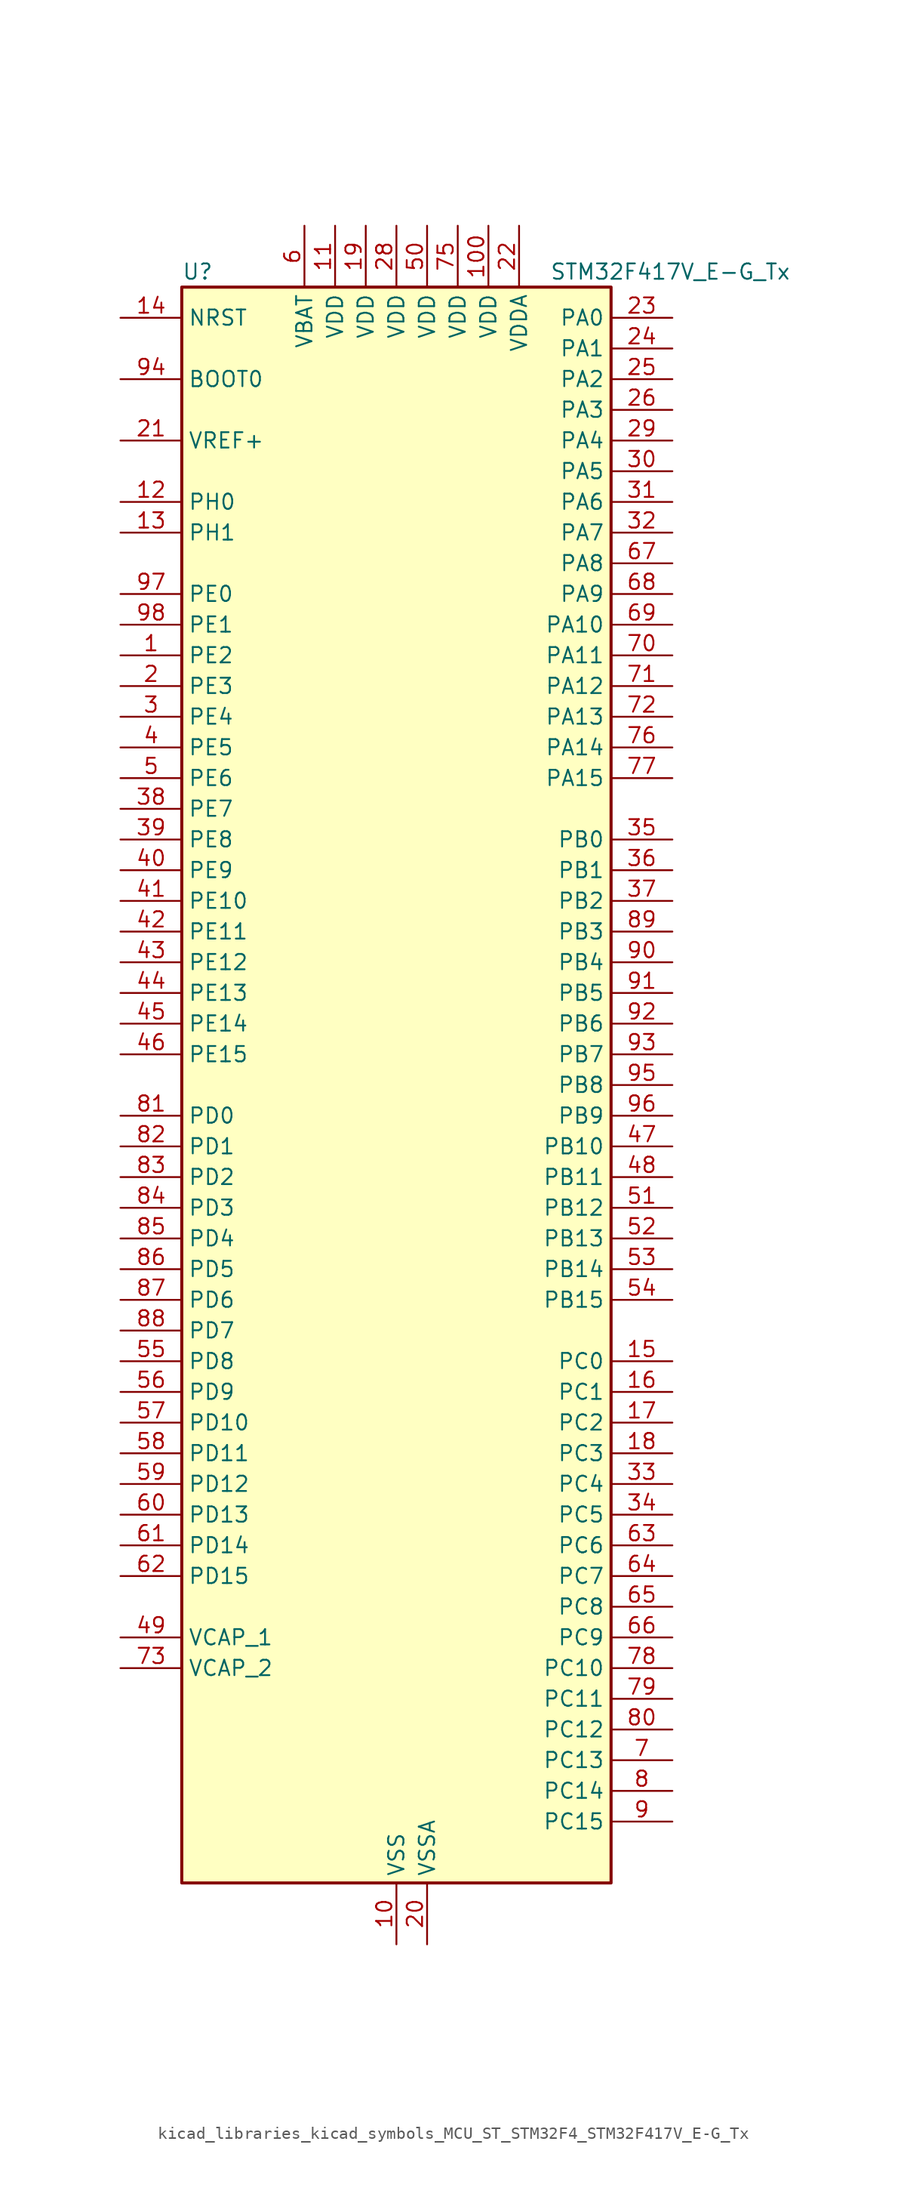
<source format=kicad_sym>
(kicad_symbol_lib
  (version 20220914)
  (generator kicad_symbol_editor)
  (symbol "kicad_libraries_kicad_symbols_MCU_ST_STM32F4_STM32F417V_E-G_Tx"
    (property "Reference" "U"
      (at -17.78 67.31 0)
      (effects (font (size 1.27 1.27)) (justify left)))
    (property "Value" "STM32F417V_E-G_Tx"
      (at 12.7 67.31 0)
      (effects (font (size 1.27 1.27)) (justify left)))
    (property "ki_locked" ""
      (at 0 0 0)
      (effects (font (size 1.27 1.27))))
    (symbol "kicad_libraries_kicad_symbols_MCU_ST_STM32F4_STM32F417V_E-G_Tx_0_1"
      (rectangle (start -17.78 -66.04) (end 17.78 66.04) (stroke (width 0.254) (type default)) (fill (type background))))
    (symbol "kicad_libraries_kicad_symbols_MCU_ST_STM32F4_STM32F417V_E-G_Tx_1_1"
      (pin bidirectional line (at -22.86 35.56 0) (length 5.08) (name "PE2" (effects (font (size 1.27 1.27)))) (number "1" (effects (font (size 1.27 1.27)))) (alternate "ETH_TXD3" bidirectional line) (alternate "FSMC_A23" bidirectional line) (alternate "SYS_TRACECLK" bidirectional line))
      (pin power_in line (at 0 -71.12 90) (length 5.08) (name "VSS" (effects (font (size 1.27 1.27)))) (number "10" (effects (font (size 1.27 1.27)))))
      (pin power_in line (at 7.62 71.12 270) (length 5.08) (name "VDD" (effects (font (size 1.27 1.27)))) (number "100" (effects (font (size 1.27 1.27)))))
      (pin power_in line (at -5.08 71.12 270) (length 5.08) (name "VDD" (effects (font (size 1.27 1.27)))) (number "11" (effects (font (size 1.27 1.27)))))
      (pin bidirectional line (at -22.86 48.26 0) (length 5.08) (name "PH0" (effects (font (size 1.27 1.27)))) (number "12" (effects (font (size 1.27 1.27)))) (alternate "RCC_OSC_IN" bidirectional line))
      (pin bidirectional line (at -22.86 45.72 0) (length 5.08) (name "PH1" (effects (font (size 1.27 1.27)))) (number "13" (effects (font (size 1.27 1.27)))) (alternate "RCC_OSC_OUT" bidirectional line))
      (pin input line (at -22.86 63.5 0) (length 5.08) (name "NRST" (effects (font (size 1.27 1.27)))) (number "14" (effects (font (size 1.27 1.27)))))
      (pin bidirectional line (at 22.86 -22.86 180) (length 5.08) (name "PC0" (effects (font (size 1.27 1.27)))) (number "15" (effects (font (size 1.27 1.27)))) (alternate "ADC1_IN10" bidirectional line) (alternate "ADC2_IN10" bidirectional line) (alternate "ADC3_IN10" bidirectional line) (alternate "USB_OTG_HS_ULPI_STP" bidirectional line))
      (pin bidirectional line (at 22.86 -25.4 180) (length 5.08) (name "PC1" (effects (font (size 1.27 1.27)))) (number "16" (effects (font (size 1.27 1.27)))) (alternate "ADC1_IN11" bidirectional line) (alternate "ADC2_IN11" bidirectional line) (alternate "ADC3_IN11" bidirectional line) (alternate "ETH_MDC" bidirectional line))
      (pin bidirectional line (at 22.86 -27.94 180) (length 5.08) (name "PC2" (effects (font (size 1.27 1.27)))) (number "17" (effects (font (size 1.27 1.27)))) (alternate "ADC1_IN12" bidirectional line) (alternate "ADC2_IN12" bidirectional line) (alternate "ADC3_IN12" bidirectional line) (alternate "ETH_TXD2" bidirectional line) (alternate "I2S2_ext_SD" bidirectional line) (alternate "SPI2_MISO" bidirectional line) (alternate "USB_OTG_HS_ULPI_DIR" bidirectional line))
      (pin bidirectional line (at 22.86 -30.48 180) (length 5.08) (name "PC3" (effects (font (size 1.27 1.27)))) (number "18" (effects (font (size 1.27 1.27)))) (alternate "ADC1_IN13" bidirectional line) (alternate "ADC2_IN13" bidirectional line) (alternate "ADC3_IN13" bidirectional line) (alternate "ETH_TX_CLK" bidirectional line) (alternate "I2S2_SD" bidirectional line) (alternate "SPI2_MOSI" bidirectional line) (alternate "USB_OTG_HS_ULPI_NXT" bidirectional line))
      (pin power_in line (at -2.54 71.12 270) (length 5.08) (name "VDD" (effects (font (size 1.27 1.27)))) (number "19" (effects (font (size 1.27 1.27)))))
      (pin bidirectional line (at -22.86 33.02 0) (length 5.08) (name "PE3" (effects (font (size 1.27 1.27)))) (number "2" (effects (font (size 1.27 1.27)))) (alternate "FSMC_A19" bidirectional line) (alternate "SYS_TRACED0" bidirectional line))
      (pin power_in line (at 2.54 -71.12 90) (length 5.08) (name "VSSA" (effects (font (size 1.27 1.27)))) (number "20" (effects (font (size 1.27 1.27)))))
      (pin input line (at -22.86 53.34 0) (length 5.08) (name "VREF+" (effects (font (size 1.27 1.27)))) (number "21" (effects (font (size 1.27 1.27)))))
      (pin power_in line (at 10.16 71.12 270) (length 5.08) (name "VDDA" (effects (font (size 1.27 1.27)))) (number "22" (effects (font (size 1.27 1.27)))))
      (pin bidirectional line (at 22.86 63.5 180) (length 5.08) (name "PA0" (effects (font (size 1.27 1.27)))) (number "23" (effects (font (size 1.27 1.27)))) (alternate "ADC1_IN0" bidirectional line) (alternate "ADC2_IN0" bidirectional line) (alternate "ADC3_IN0" bidirectional line) (alternate "ETH_CRS" bidirectional line) (alternate "SYS_WKUP" bidirectional line) (alternate "TIM2_CH1" bidirectional line) (alternate "TIM2_ETR" bidirectional line) (alternate "TIM5_CH1" bidirectional line) (alternate "TIM8_ETR" bidirectional line) (alternate "UART4_TX" bidirectional line) (alternate "USART2_CTS" bidirectional line))
      (pin bidirectional line (at 22.86 60.96 180) (length 5.08) (name "PA1" (effects (font (size 1.27 1.27)))) (number "24" (effects (font (size 1.27 1.27)))) (alternate "ADC1_IN1" bidirectional line) (alternate "ADC2_IN1" bidirectional line) (alternate "ADC3_IN1" bidirectional line) (alternate "ETH_REF_CLK" bidirectional line) (alternate "ETH_RX_CLK" bidirectional line) (alternate "TIM2_CH2" bidirectional line) (alternate "TIM5_CH2" bidirectional line) (alternate "UART4_RX" bidirectional line) (alternate "USART2_RTS" bidirectional line))
      (pin bidirectional line (at 22.86 58.42 180) (length 5.08) (name "PA2" (effects (font (size 1.27 1.27)))) (number "25" (effects (font (size 1.27 1.27)))) (alternate "ADC1_IN2" bidirectional line) (alternate "ADC2_IN2" bidirectional line) (alternate "ADC3_IN2" bidirectional line) (alternate "ETH_MDIO" bidirectional line) (alternate "TIM2_CH3" bidirectional line) (alternate "TIM5_CH3" bidirectional line) (alternate "TIM9_CH1" bidirectional line) (alternate "USART2_TX" bidirectional line))
      (pin bidirectional line (at 22.86 55.88 180) (length 5.08) (name "PA3" (effects (font (size 1.27 1.27)))) (number "26" (effects (font (size 1.27 1.27)))) (alternate "ADC1_IN3" bidirectional line) (alternate "ADC2_IN3" bidirectional line) (alternate "ADC3_IN3" bidirectional line) (alternate "ETH_COL" bidirectional line) (alternate "TIM2_CH4" bidirectional line) (alternate "TIM5_CH4" bidirectional line) (alternate "TIM9_CH2" bidirectional line) (alternate "USART2_RX" bidirectional line) (alternate "USB_OTG_HS_ULPI_D0" bidirectional line))
      (pin passive line (at 0 -71.12 90) (length 5.08) hide (name "VSS" (effects (font (size 1.27 1.27)))) (number "27" (effects (font (size 1.27 1.27)))))
      (pin power_in line (at 0 71.12 270) (length 5.08) (name "VDD" (effects (font (size 1.27 1.27)))) (number "28" (effects (font (size 1.27 1.27)))))
      (pin bidirectional line (at 22.86 53.34 180) (length 5.08) (name "PA4" (effects (font (size 1.27 1.27)))) (number "29" (effects (font (size 1.27 1.27)))) (alternate "ADC1_IN4" bidirectional line) (alternate "ADC2_IN4" bidirectional line) (alternate "DAC_OUT1" bidirectional line) (alternate "DCMI_HSYNC" bidirectional line) (alternate "I2S3_WS" bidirectional line) (alternate "SPI1_NSS" bidirectional line) (alternate "SPI3_NSS" bidirectional line) (alternate "USART2_CK" bidirectional line) (alternate "USB_OTG_HS_SOF" bidirectional line))
      (pin bidirectional line (at -22.86 30.48 0) (length 5.08) (name "PE4" (effects (font (size 1.27 1.27)))) (number "3" (effects (font (size 1.27 1.27)))) (alternate "DCMI_D4" bidirectional line) (alternate "FSMC_A20" bidirectional line) (alternate "SYS_TRACED1" bidirectional line))
      (pin bidirectional line (at 22.86 50.8 180) (length 5.08) (name "PA5" (effects (font (size 1.27 1.27)))) (number "30" (effects (font (size 1.27 1.27)))) (alternate "ADC1_IN5" bidirectional line) (alternate "ADC2_IN5" bidirectional line) (alternate "DAC_OUT2" bidirectional line) (alternate "SPI1_SCK" bidirectional line) (alternate "TIM2_CH1" bidirectional line) (alternate "TIM2_ETR" bidirectional line) (alternate "TIM8_CH1N" bidirectional line) (alternate "USB_OTG_HS_ULPI_CK" bidirectional line))
      (pin bidirectional line (at 22.86 48.26 180) (length 5.08) (name "PA6" (effects (font (size 1.27 1.27)))) (number "31" (effects (font (size 1.27 1.27)))) (alternate "ADC1_IN6" bidirectional line) (alternate "ADC2_IN6" bidirectional line) (alternate "DCMI_PIXCLK" bidirectional line) (alternate "SPI1_MISO" bidirectional line) (alternate "TIM13_CH1" bidirectional line) (alternate "TIM1_BKIN" bidirectional line) (alternate "TIM3_CH1" bidirectional line) (alternate "TIM8_BKIN" bidirectional line))
      (pin bidirectional line (at 22.86 45.72 180) (length 5.08) (name "PA7" (effects (font (size 1.27 1.27)))) (number "32" (effects (font (size 1.27 1.27)))) (alternate "ADC1_IN7" bidirectional line) (alternate "ADC2_IN7" bidirectional line) (alternate "ETH_CRS_DV" bidirectional line) (alternate "ETH_RX_DV" bidirectional line) (alternate "SPI1_MOSI" bidirectional line) (alternate "TIM14_CH1" bidirectional line) (alternate "TIM1_CH1N" bidirectional line) (alternate "TIM3_CH2" bidirectional line) (alternate "TIM8_CH1N" bidirectional line))
      (pin bidirectional line (at 22.86 -33.02 180) (length 5.08) (name "PC4" (effects (font (size 1.27 1.27)))) (number "33" (effects (font (size 1.27 1.27)))) (alternate "ADC1_IN14" bidirectional line) (alternate "ADC2_IN14" bidirectional line) (alternate "ETH_RXD0" bidirectional line))
      (pin bidirectional line (at 22.86 -35.56 180) (length 5.08) (name "PC5" (effects (font (size 1.27 1.27)))) (number "34" (effects (font (size 1.27 1.27)))) (alternate "ADC1_IN15" bidirectional line) (alternate "ADC2_IN15" bidirectional line) (alternate "ETH_RXD1" bidirectional line))
      (pin bidirectional line (at 22.86 20.32 180) (length 5.08) (name "PB0" (effects (font (size 1.27 1.27)))) (number "35" (effects (font (size 1.27 1.27)))) (alternate "ADC1_IN8" bidirectional line) (alternate "ADC2_IN8" bidirectional line) (alternate "ETH_RXD2" bidirectional line) (alternate "TIM1_CH2N" bidirectional line) (alternate "TIM3_CH3" bidirectional line) (alternate "TIM8_CH2N" bidirectional line) (alternate "USB_OTG_HS_ULPI_D1" bidirectional line))
      (pin bidirectional line (at 22.86 17.78 180) (length 5.08) (name "PB1" (effects (font (size 1.27 1.27)))) (number "36" (effects (font (size 1.27 1.27)))) (alternate "ADC1_IN9" bidirectional line) (alternate "ADC2_IN9" bidirectional line) (alternate "ETH_RXD3" bidirectional line) (alternate "TIM1_CH3N" bidirectional line) (alternate "TIM3_CH4" bidirectional line) (alternate "TIM8_CH3N" bidirectional line) (alternate "USB_OTG_HS_ULPI_D2" bidirectional line))
      (pin bidirectional line (at 22.86 15.24 180) (length 5.08) (name "PB2" (effects (font (size 1.27 1.27)))) (number "37" (effects (font (size 1.27 1.27)))))
      (pin bidirectional line (at -22.86 22.86 0) (length 5.08) (name "PE7" (effects (font (size 1.27 1.27)))) (number "38" (effects (font (size 1.27 1.27)))) (alternate "FSMC_D4" bidirectional line) (alternate "FSMC_DA4" bidirectional line) (alternate "TIM1_ETR" bidirectional line))
      (pin bidirectional line (at -22.86 20.32 0) (length 5.08) (name "PE8" (effects (font (size 1.27 1.27)))) (number "39" (effects (font (size 1.27 1.27)))) (alternate "FSMC_D5" bidirectional line) (alternate "FSMC_DA5" bidirectional line) (alternate "TIM1_CH1N" bidirectional line))
      (pin bidirectional line (at -22.86 27.94 0) (length 5.08) (name "PE5" (effects (font (size 1.27 1.27)))) (number "4" (effects (font (size 1.27 1.27)))) (alternate "DCMI_D6" bidirectional line) (alternate "FSMC_A21" bidirectional line) (alternate "SYS_TRACED2" bidirectional line) (alternate "TIM9_CH1" bidirectional line))
      (pin bidirectional line (at -22.86 17.78 0) (length 5.08) (name "PE9" (effects (font (size 1.27 1.27)))) (number "40" (effects (font (size 1.27 1.27)))) (alternate "DAC_EXTI9" bidirectional line) (alternate "FSMC_D6" bidirectional line) (alternate "FSMC_DA6" bidirectional line) (alternate "TIM1_CH1" bidirectional line))
      (pin bidirectional line (at -22.86 15.24 0) (length 5.08) (name "PE10" (effects (font (size 1.27 1.27)))) (number "41" (effects (font (size 1.27 1.27)))) (alternate "FSMC_D7" bidirectional line) (alternate "FSMC_DA7" bidirectional line) (alternate "TIM1_CH2N" bidirectional line))
      (pin bidirectional line (at -22.86 12.7 0) (length 5.08) (name "PE11" (effects (font (size 1.27 1.27)))) (number "42" (effects (font (size 1.27 1.27)))) (alternate "ADC1_EXTI11" bidirectional line) (alternate "ADC2_EXTI11" bidirectional line) (alternate "ADC3_EXTI11" bidirectional line) (alternate "FSMC_D8" bidirectional line) (alternate "FSMC_DA8" bidirectional line) (alternate "TIM1_CH2" bidirectional line))
      (pin bidirectional line (at -22.86 10.16 0) (length 5.08) (name "PE12" (effects (font (size 1.27 1.27)))) (number "43" (effects (font (size 1.27 1.27)))) (alternate "FSMC_D9" bidirectional line) (alternate "FSMC_DA9" bidirectional line) (alternate "TIM1_CH3N" bidirectional line))
      (pin bidirectional line (at -22.86 7.62 0) (length 5.08) (name "PE13" (effects (font (size 1.27 1.27)))) (number "44" (effects (font (size 1.27 1.27)))) (alternate "FSMC_D10" bidirectional line) (alternate "FSMC_DA10" bidirectional line) (alternate "TIM1_CH3" bidirectional line))
      (pin bidirectional line (at -22.86 5.08 0) (length 5.08) (name "PE14" (effects (font (size 1.27 1.27)))) (number "45" (effects (font (size 1.27 1.27)))) (alternate "FSMC_D11" bidirectional line) (alternate "FSMC_DA11" bidirectional line) (alternate "TIM1_CH4" bidirectional line))
      (pin bidirectional line (at -22.86 2.54 0) (length 5.08) (name "PE15" (effects (font (size 1.27 1.27)))) (number "46" (effects (font (size 1.27 1.27)))) (alternate "ADC1_EXTI15" bidirectional line) (alternate "ADC2_EXTI15" bidirectional line) (alternate "ADC3_EXTI15" bidirectional line) (alternate "FSMC_D12" bidirectional line) (alternate "FSMC_DA12" bidirectional line) (alternate "TIM1_BKIN" bidirectional line))
      (pin bidirectional line (at 22.86 -5.08 180) (length 5.08) (name "PB10" (effects (font (size 1.27 1.27)))) (number "47" (effects (font (size 1.27 1.27)))) (alternate "ETH_RX_ER" bidirectional line) (alternate "I2C2_SCL" bidirectional line) (alternate "I2S2_CK" bidirectional line) (alternate "SPI2_SCK" bidirectional line) (alternate "TIM2_CH3" bidirectional line) (alternate "USART3_TX" bidirectional line) (alternate "USB_OTG_HS_ULPI_D3" bidirectional line))
      (pin bidirectional line (at 22.86 -7.62 180) (length 5.08) (name "PB11" (effects (font (size 1.27 1.27)))) (number "48" (effects (font (size 1.27 1.27)))) (alternate "ADC1_EXTI11" bidirectional line) (alternate "ADC2_EXTI11" bidirectional line) (alternate "ADC3_EXTI11" bidirectional line) (alternate "ETH_TX_EN" bidirectional line) (alternate "I2C2_SDA" bidirectional line) (alternate "TIM2_CH4" bidirectional line) (alternate "USART3_RX" bidirectional line) (alternate "USB_OTG_HS_ULPI_D4" bidirectional line))
      (pin power_out line (at -22.86 -45.72 0) (length 5.08) (name "VCAP_1" (effects (font (size 1.27 1.27)))) (number "49" (effects (font (size 1.27 1.27)))))
      (pin bidirectional line (at -22.86 25.4 0) (length 5.08) (name "PE6" (effects (font (size 1.27 1.27)))) (number "5" (effects (font (size 1.27 1.27)))) (alternate "DCMI_D7" bidirectional line) (alternate "FSMC_A22" bidirectional line) (alternate "SYS_TRACED3" bidirectional line) (alternate "TIM9_CH2" bidirectional line))
      (pin power_in line (at 2.54 71.12 270) (length 5.08) (name "VDD" (effects (font (size 1.27 1.27)))) (number "50" (effects (font (size 1.27 1.27)))))
      (pin bidirectional line (at 22.86 -10.16 180) (length 5.08) (name "PB12" (effects (font (size 1.27 1.27)))) (number "51" (effects (font (size 1.27 1.27)))) (alternate "CAN2_RX" bidirectional line) (alternate "ETH_TXD0" bidirectional line) (alternate "I2C2_SMBA" bidirectional line) (alternate "I2S2_WS" bidirectional line) (alternate "SPI2_NSS" bidirectional line) (alternate "TIM1_BKIN" bidirectional line) (alternate "USART3_CK" bidirectional line) (alternate "USB_OTG_HS_ID" bidirectional line) (alternate "USB_OTG_HS_ULPI_D5" bidirectional line))
      (pin bidirectional line (at 22.86 -12.7 180) (length 5.08) (name "PB13" (effects (font (size 1.27 1.27)))) (number "52" (effects (font (size 1.27 1.27)))) (alternate "CAN2_TX" bidirectional line) (alternate "ETH_TXD1" bidirectional line) (alternate "I2S2_CK" bidirectional line) (alternate "SPI2_SCK" bidirectional line) (alternate "TIM1_CH1N" bidirectional line) (alternate "USART3_CTS" bidirectional line) (alternate "USB_OTG_HS_ULPI_D6" bidirectional line) (alternate "USB_OTG_HS_VBUS" bidirectional line))
      (pin bidirectional line (at 22.86 -15.24 180) (length 5.08) (name "PB14" (effects (font (size 1.27 1.27)))) (number "53" (effects (font (size 1.27 1.27)))) (alternate "I2S2_ext_SD" bidirectional line) (alternate "SPI2_MISO" bidirectional line) (alternate "TIM12_CH1" bidirectional line) (alternate "TIM1_CH2N" bidirectional line) (alternate "TIM8_CH2N" bidirectional line) (alternate "USART3_RTS" bidirectional line) (alternate "USB_OTG_HS_DM" bidirectional line))
      (pin bidirectional line (at 22.86 -17.78 180) (length 5.08) (name "PB15" (effects (font (size 1.27 1.27)))) (number "54" (effects (font (size 1.27 1.27)))) (alternate "ADC1_EXTI15" bidirectional line) (alternate "ADC2_EXTI15" bidirectional line) (alternate "ADC3_EXTI15" bidirectional line) (alternate "I2S2_SD" bidirectional line) (alternate "RTC_REFIN" bidirectional line) (alternate "SPI2_MOSI" bidirectional line) (alternate "TIM12_CH2" bidirectional line) (alternate "TIM1_CH3N" bidirectional line) (alternate "TIM8_CH3N" bidirectional line) (alternate "USB_OTG_HS_DP" bidirectional line))
      (pin bidirectional line (at -22.86 -22.86 0) (length 5.08) (name "PD8" (effects (font (size 1.27 1.27)))) (number "55" (effects (font (size 1.27 1.27)))) (alternate "FSMC_D13" bidirectional line) (alternate "FSMC_DA13" bidirectional line) (alternate "USART3_TX" bidirectional line))
      (pin bidirectional line (at -22.86 -25.4 0) (length 5.08) (name "PD9" (effects (font (size 1.27 1.27)))) (number "56" (effects (font (size 1.27 1.27)))) (alternate "DAC_EXTI9" bidirectional line) (alternate "FSMC_D14" bidirectional line) (alternate "FSMC_DA14" bidirectional line) (alternate "USART3_RX" bidirectional line))
      (pin bidirectional line (at -22.86 -27.94 0) (length 5.08) (name "PD10" (effects (font (size 1.27 1.27)))) (number "57" (effects (font (size 1.27 1.27)))) (alternate "FSMC_D15" bidirectional line) (alternate "FSMC_DA15" bidirectional line) (alternate "USART3_CK" bidirectional line))
      (pin bidirectional line (at -22.86 -30.48 0) (length 5.08) (name "PD11" (effects (font (size 1.27 1.27)))) (number "58" (effects (font (size 1.27 1.27)))) (alternate "ADC1_EXTI11" bidirectional line) (alternate "ADC2_EXTI11" bidirectional line) (alternate "ADC3_EXTI11" bidirectional line) (alternate "FSMC_A16" bidirectional line) (alternate "FSMC_CLE" bidirectional line) (alternate "USART3_CTS" bidirectional line))
      (pin bidirectional line (at -22.86 -33.02 0) (length 5.08) (name "PD12" (effects (font (size 1.27 1.27)))) (number "59" (effects (font (size 1.27 1.27)))) (alternate "FSMC_A17" bidirectional line) (alternate "FSMC_ALE" bidirectional line) (alternate "TIM4_CH1" bidirectional line) (alternate "USART3_RTS" bidirectional line))
      (pin power_in line (at -7.62 71.12 270) (length 5.08) (name "VBAT" (effects (font (size 1.27 1.27)))) (number "6" (effects (font (size 1.27 1.27)))))
      (pin bidirectional line (at -22.86 -35.56 0) (length 5.08) (name "PD13" (effects (font (size 1.27 1.27)))) (number "60" (effects (font (size 1.27 1.27)))) (alternate "FSMC_A18" bidirectional line) (alternate "TIM4_CH2" bidirectional line))
      (pin bidirectional line (at -22.86 -38.1 0) (length 5.08) (name "PD14" (effects (font (size 1.27 1.27)))) (number "61" (effects (font (size 1.27 1.27)))) (alternate "FSMC_D0" bidirectional line) (alternate "FSMC_DA0" bidirectional line) (alternate "TIM4_CH3" bidirectional line))
      (pin bidirectional line (at -22.86 -40.64 0) (length 5.08) (name "PD15" (effects (font (size 1.27 1.27)))) (number "62" (effects (font (size 1.27 1.27)))) (alternate "ADC1_EXTI15" bidirectional line) (alternate "ADC2_EXTI15" bidirectional line) (alternate "ADC3_EXTI15" bidirectional line) (alternate "FSMC_D1" bidirectional line) (alternate "FSMC_DA1" bidirectional line) (alternate "TIM4_CH4" bidirectional line))
      (pin bidirectional line (at 22.86 -38.1 180) (length 5.08) (name "PC6" (effects (font (size 1.27 1.27)))) (number "63" (effects (font (size 1.27 1.27)))) (alternate "DCMI_D0" bidirectional line) (alternate "I2S2_MCK" bidirectional line) (alternate "SDIO_D6" bidirectional line) (alternate "TIM3_CH1" bidirectional line) (alternate "TIM8_CH1" bidirectional line) (alternate "USART6_TX" bidirectional line))
      (pin bidirectional line (at 22.86 -40.64 180) (length 5.08) (name "PC7" (effects (font (size 1.27 1.27)))) (number "64" (effects (font (size 1.27 1.27)))) (alternate "DCMI_D1" bidirectional line) (alternate "I2S3_MCK" bidirectional line) (alternate "SDIO_D7" bidirectional line) (alternate "TIM3_CH2" bidirectional line) (alternate "TIM8_CH2" bidirectional line) (alternate "USART6_RX" bidirectional line))
      (pin bidirectional line (at 22.86 -43.18 180) (length 5.08) (name "PC8" (effects (font (size 1.27 1.27)))) (number "65" (effects (font (size 1.27 1.27)))) (alternate "DCMI_D2" bidirectional line) (alternate "SDIO_D0" bidirectional line) (alternate "TIM3_CH3" bidirectional line) (alternate "TIM8_CH3" bidirectional line) (alternate "USART6_CK" bidirectional line))
      (pin bidirectional line (at 22.86 -45.72 180) (length 5.08) (name "PC9" (effects (font (size 1.27 1.27)))) (number "66" (effects (font (size 1.27 1.27)))) (alternate "DAC_EXTI9" bidirectional line) (alternate "DCMI_D3" bidirectional line) (alternate "I2C3_SDA" bidirectional line) (alternate "I2S_CKIN" bidirectional line) (alternate "RCC_MCO_2" bidirectional line) (alternate "SDIO_D1" bidirectional line) (alternate "TIM3_CH4" bidirectional line) (alternate "TIM8_CH4" bidirectional line))
      (pin bidirectional line (at 22.86 43.18 180) (length 5.08) (name "PA8" (effects (font (size 1.27 1.27)))) (number "67" (effects (font (size 1.27 1.27)))) (alternate "I2C3_SCL" bidirectional line) (alternate "RCC_MCO_1" bidirectional line) (alternate "TIM1_CH1" bidirectional line) (alternate "USART1_CK" bidirectional line) (alternate "USB_OTG_FS_SOF" bidirectional line))
      (pin bidirectional line (at 22.86 40.64 180) (length 5.08) (name "PA9" (effects (font (size 1.27 1.27)))) (number "68" (effects (font (size 1.27 1.27)))) (alternate "DAC_EXTI9" bidirectional line) (alternate "DCMI_D0" bidirectional line) (alternate "I2C3_SMBA" bidirectional line) (alternate "TIM1_CH2" bidirectional line) (alternate "USART1_TX" bidirectional line) (alternate "USB_OTG_FS_VBUS" bidirectional line))
      (pin bidirectional line (at 22.86 38.1 180) (length 5.08) (name "PA10" (effects (font (size 1.27 1.27)))) (number "69" (effects (font (size 1.27 1.27)))) (alternate "DCMI_D1" bidirectional line) (alternate "TIM1_CH3" bidirectional line) (alternate "USART1_RX" bidirectional line) (alternate "USB_OTG_FS_ID" bidirectional line))
      (pin bidirectional line (at 22.86 -55.88 180) (length 5.08) (name "PC13" (effects (font (size 1.27 1.27)))) (number "7" (effects (font (size 1.27 1.27)))) (alternate "RTC_AF1" bidirectional line))
      (pin bidirectional line (at 22.86 35.56 180) (length 5.08) (name "PA11" (effects (font (size 1.27 1.27)))) (number "70" (effects (font (size 1.27 1.27)))) (alternate "ADC1_EXTI11" bidirectional line) (alternate "ADC2_EXTI11" bidirectional line) (alternate "ADC3_EXTI11" bidirectional line) (alternate "CAN1_RX" bidirectional line) (alternate "TIM1_CH4" bidirectional line) (alternate "USART1_CTS" bidirectional line) (alternate "USB_OTG_FS_DM" bidirectional line))
      (pin bidirectional line (at 22.86 33.02 180) (length 5.08) (name "PA12" (effects (font (size 1.27 1.27)))) (number "71" (effects (font (size 1.27 1.27)))) (alternate "CAN1_TX" bidirectional line) (alternate "TIM1_ETR" bidirectional line) (alternate "USART1_RTS" bidirectional line) (alternate "USB_OTG_FS_DP" bidirectional line))
      (pin bidirectional line (at 22.86 30.48 180) (length 5.08) (name "PA13" (effects (font (size 1.27 1.27)))) (number "72" (effects (font (size 1.27 1.27)))) (alternate "SYS_JTMS-SWDIO" bidirectional line))
      (pin power_out line (at -22.86 -48.26 0) (length 5.08) (name "VCAP_2" (effects (font (size 1.27 1.27)))) (number "73" (effects (font (size 1.27 1.27)))))
      (pin passive line (at 0 -71.12 90) (length 5.08) hide (name "VSS" (effects (font (size 1.27 1.27)))) (number "74" (effects (font (size 1.27 1.27)))))
      (pin power_in line (at 5.08 71.12 270) (length 5.08) (name "VDD" (effects (font (size 1.27 1.27)))) (number "75" (effects (font (size 1.27 1.27)))))
      (pin bidirectional line (at 22.86 27.94 180) (length 5.08) (name "PA14" (effects (font (size 1.27 1.27)))) (number "76" (effects (font (size 1.27 1.27)))) (alternate "SYS_JTCK-SWCLK" bidirectional line))
      (pin bidirectional line (at 22.86 25.4 180) (length 5.08) (name "PA15" (effects (font (size 1.27 1.27)))) (number "77" (effects (font (size 1.27 1.27)))) (alternate "ADC1_EXTI15" bidirectional line) (alternate "ADC2_EXTI15" bidirectional line) (alternate "ADC3_EXTI15" bidirectional line) (alternate "I2S3_WS" bidirectional line) (alternate "SPI1_NSS" bidirectional line) (alternate "SPI3_NSS" bidirectional line) (alternate "SYS_JTDI" bidirectional line) (alternate "TIM2_CH1" bidirectional line) (alternate "TIM2_ETR" bidirectional line))
      (pin bidirectional line (at 22.86 -48.26 180) (length 5.08) (name "PC10" (effects (font (size 1.27 1.27)))) (number "78" (effects (font (size 1.27 1.27)))) (alternate "DCMI_D8" bidirectional line) (alternate "I2S3_CK" bidirectional line) (alternate "SDIO_D2" bidirectional line) (alternate "SPI3_SCK" bidirectional line) (alternate "UART4_TX" bidirectional line) (alternate "USART3_TX" bidirectional line))
      (pin bidirectional line (at 22.86 -50.8 180) (length 5.08) (name "PC11" (effects (font (size 1.27 1.27)))) (number "79" (effects (font (size 1.27 1.27)))) (alternate "ADC1_EXTI11" bidirectional line) (alternate "ADC2_EXTI11" bidirectional line) (alternate "ADC3_EXTI11" bidirectional line) (alternate "DCMI_D4" bidirectional line) (alternate "I2S3_ext_SD" bidirectional line) (alternate "SDIO_D3" bidirectional line) (alternate "SPI3_MISO" bidirectional line) (alternate "UART4_RX" bidirectional line) (alternate "USART3_RX" bidirectional line))
      (pin bidirectional line (at 22.86 -58.42 180) (length 5.08) (name "PC14" (effects (font (size 1.27 1.27)))) (number "8" (effects (font (size 1.27 1.27)))) (alternate "RCC_OSC32_IN" bidirectional line))
      (pin bidirectional line (at 22.86 -53.34 180) (length 5.08) (name "PC12" (effects (font (size 1.27 1.27)))) (number "80" (effects (font (size 1.27 1.27)))) (alternate "DCMI_D9" bidirectional line) (alternate "I2S3_SD" bidirectional line) (alternate "SDIO_CK" bidirectional line) (alternate "SPI3_MOSI" bidirectional line) (alternate "UART5_TX" bidirectional line) (alternate "USART3_CK" bidirectional line))
      (pin bidirectional line (at -22.86 -2.54 0) (length 5.08) (name "PD0" (effects (font (size 1.27 1.27)))) (number "81" (effects (font (size 1.27 1.27)))) (alternate "CAN1_RX" bidirectional line) (alternate "FSMC_D2" bidirectional line) (alternate "FSMC_DA2" bidirectional line))
      (pin bidirectional line (at -22.86 -5.08 0) (length 5.08) (name "PD1" (effects (font (size 1.27 1.27)))) (number "82" (effects (font (size 1.27 1.27)))) (alternate "CAN1_TX" bidirectional line) (alternate "FSMC_D3" bidirectional line) (alternate "FSMC_DA3" bidirectional line))
      (pin bidirectional line (at -22.86 -7.62 0) (length 5.08) (name "PD2" (effects (font (size 1.27 1.27)))) (number "83" (effects (font (size 1.27 1.27)))) (alternate "DCMI_D11" bidirectional line) (alternate "SDIO_CMD" bidirectional line) (alternate "TIM3_ETR" bidirectional line) (alternate "UART5_RX" bidirectional line))
      (pin bidirectional line (at -22.86 -10.16 0) (length 5.08) (name "PD3" (effects (font (size 1.27 1.27)))) (number "84" (effects (font (size 1.27 1.27)))) (alternate "FSMC_CLK" bidirectional line) (alternate "USART2_CTS" bidirectional line))
      (pin bidirectional line (at -22.86 -12.7 0) (length 5.08) (name "PD4" (effects (font (size 1.27 1.27)))) (number "85" (effects (font (size 1.27 1.27)))) (alternate "FSMC_NOE" bidirectional line) (alternate "USART2_RTS" bidirectional line))
      (pin bidirectional line (at -22.86 -15.24 0) (length 5.08) (name "PD5" (effects (font (size 1.27 1.27)))) (number "86" (effects (font (size 1.27 1.27)))) (alternate "FSMC_NWE" bidirectional line) (alternate "USART2_TX" bidirectional line))
      (pin bidirectional line (at -22.86 -17.78 0) (length 5.08) (name "PD6" (effects (font (size 1.27 1.27)))) (number "87" (effects (font (size 1.27 1.27)))) (alternate "FSMC_NWAIT" bidirectional line) (alternate "USART2_RX" bidirectional line))
      (pin bidirectional line (at -22.86 -20.32 0) (length 5.08) (name "PD7" (effects (font (size 1.27 1.27)))) (number "88" (effects (font (size 1.27 1.27)))) (alternate "FSMC_NCE2" bidirectional line) (alternate "FSMC_NE1" bidirectional line) (alternate "USART2_CK" bidirectional line))
      (pin bidirectional line (at 22.86 12.7 180) (length 5.08) (name "PB3" (effects (font (size 1.27 1.27)))) (number "89" (effects (font (size 1.27 1.27)))) (alternate "I2S3_CK" bidirectional line) (alternate "SPI1_SCK" bidirectional line) (alternate "SPI3_SCK" bidirectional line) (alternate "SYS_JTDO-SWO" bidirectional line) (alternate "TIM2_CH2" bidirectional line))
      (pin bidirectional line (at 22.86 -60.96 180) (length 5.08) (name "PC15" (effects (font (size 1.27 1.27)))) (number "9" (effects (font (size 1.27 1.27)))) (alternate "ADC1_EXTI15" bidirectional line) (alternate "ADC2_EXTI15" bidirectional line) (alternate "ADC3_EXTI15" bidirectional line) (alternate "RCC_OSC32_OUT" bidirectional line))
      (pin bidirectional line (at 22.86 10.16 180) (length 5.08) (name "PB4" (effects (font (size 1.27 1.27)))) (number "90" (effects (font (size 1.27 1.27)))) (alternate "I2S3_ext_SD" bidirectional line) (alternate "SPI1_MISO" bidirectional line) (alternate "SPI3_MISO" bidirectional line) (alternate "SYS_JTRST" bidirectional line) (alternate "TIM3_CH1" bidirectional line))
      (pin bidirectional line (at 22.86 7.62 180) (length 5.08) (name "PB5" (effects (font (size 1.27 1.27)))) (number "91" (effects (font (size 1.27 1.27)))) (alternate "CAN2_RX" bidirectional line) (alternate "DCMI_D10" bidirectional line) (alternate "ETH_PPS_OUT" bidirectional line) (alternate "I2C1_SMBA" bidirectional line) (alternate "I2S3_SD" bidirectional line) (alternate "SPI1_MOSI" bidirectional line) (alternate "SPI3_MOSI" bidirectional line) (alternate "TIM3_CH2" bidirectional line) (alternate "USB_OTG_HS_ULPI_D7" bidirectional line))
      (pin bidirectional line (at 22.86 5.08 180) (length 5.08) (name "PB6" (effects (font (size 1.27 1.27)))) (number "92" (effects (font (size 1.27 1.27)))) (alternate "CAN2_TX" bidirectional line) (alternate "DCMI_D5" bidirectional line) (alternate "I2C1_SCL" bidirectional line) (alternate "TIM4_CH1" bidirectional line) (alternate "USART1_TX" bidirectional line))
      (pin bidirectional line (at 22.86 2.54 180) (length 5.08) (name "PB7" (effects (font (size 1.27 1.27)))) (number "93" (effects (font (size 1.27 1.27)))) (alternate "DCMI_VSYNC" bidirectional line) (alternate "FSMC_NL" bidirectional line) (alternate "I2C1_SDA" bidirectional line) (alternate "TIM4_CH2" bidirectional line) (alternate "USART1_RX" bidirectional line))
      (pin input line (at -22.86 58.42 0) (length 5.08) (name "BOOT0" (effects (font (size 1.27 1.27)))) (number "94" (effects (font (size 1.27 1.27)))))
      (pin bidirectional line (at 22.86 0 180) (length 5.08) (name "PB8" (effects (font (size 1.27 1.27)))) (number "95" (effects (font (size 1.27 1.27)))) (alternate "CAN1_RX" bidirectional line) (alternate "DCMI_D6" bidirectional line) (alternate "ETH_TXD3" bidirectional line) (alternate "I2C1_SCL" bidirectional line) (alternate "SDIO_D4" bidirectional line) (alternate "TIM10_CH1" bidirectional line) (alternate "TIM4_CH3" bidirectional line))
      (pin bidirectional line (at 22.86 -2.54 180) (length 5.08) (name "PB9" (effects (font (size 1.27 1.27)))) (number "96" (effects (font (size 1.27 1.27)))) (alternate "CAN1_TX" bidirectional line) (alternate "DAC_EXTI9" bidirectional line) (alternate "DCMI_D7" bidirectional line) (alternate "I2C1_SDA" bidirectional line) (alternate "I2S2_WS" bidirectional line) (alternate "SDIO_D5" bidirectional line) (alternate "SPI2_NSS" bidirectional line) (alternate "TIM11_CH1" bidirectional line) (alternate "TIM4_CH4" bidirectional line))
      (pin bidirectional line (at -22.86 40.64 0) (length 5.08) (name "PE0" (effects (font (size 1.27 1.27)))) (number "97" (effects (font (size 1.27 1.27)))) (alternate "DCMI_D2" bidirectional line) (alternate "FSMC_NBL0" bidirectional line) (alternate "TIM4_ETR" bidirectional line))
      (pin bidirectional line (at -22.86 38.1 0) (length 5.08) (name "PE1" (effects (font (size 1.27 1.27)))) (number "98" (effects (font (size 1.27 1.27)))) (alternate "DCMI_D3" bidirectional line) (alternate "FSMC_NBL1" bidirectional line))
      (pin passive line (at 0 -71.12 90) (length 5.08) hide (name "VSS" (effects (font (size 1.27 1.27)))) (number "99" (effects (font (size 1.27 1.27))))))))
</source>
